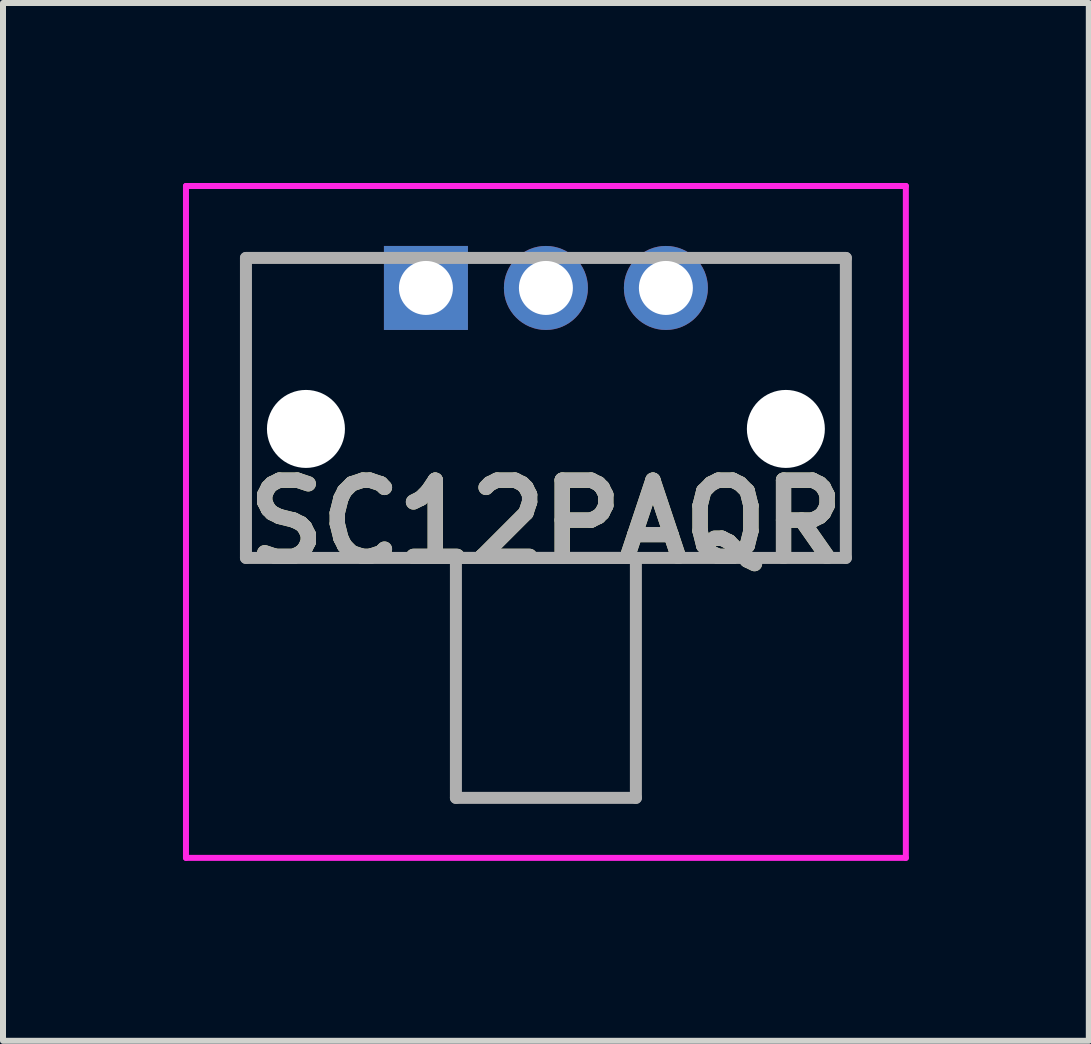
<source format=kicad_pcb>
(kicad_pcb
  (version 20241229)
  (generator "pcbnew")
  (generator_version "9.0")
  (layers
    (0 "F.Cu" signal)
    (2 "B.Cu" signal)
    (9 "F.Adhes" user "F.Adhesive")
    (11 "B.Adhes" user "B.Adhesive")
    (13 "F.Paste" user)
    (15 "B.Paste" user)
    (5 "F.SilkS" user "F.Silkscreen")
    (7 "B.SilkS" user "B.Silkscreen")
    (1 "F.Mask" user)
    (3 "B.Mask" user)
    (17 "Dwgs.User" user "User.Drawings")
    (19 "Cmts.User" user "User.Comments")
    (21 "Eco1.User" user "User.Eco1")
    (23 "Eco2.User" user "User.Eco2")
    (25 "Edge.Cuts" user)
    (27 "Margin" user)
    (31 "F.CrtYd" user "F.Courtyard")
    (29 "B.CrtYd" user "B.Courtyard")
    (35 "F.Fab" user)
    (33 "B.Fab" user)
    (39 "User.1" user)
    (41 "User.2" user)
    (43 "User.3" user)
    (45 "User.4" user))
  (footprint "SC12PAQR"
    (layer "F.Cu")
    (at 4.05 1.75)
    (property "Reference" "SC12PAQR" (at 2 3.9 0) (layer "F.SilkS") (effects (font (size 1.27 1.27) (thickness 0.254))))
    (attr through_hole)
    (fp_line (start -3 -0.5) (end -3 4.5) (stroke (width 0.1) (type solid)) (layer "F.SilkS"))
    (fp_line (start -3 4.5) (end 7 4.5) (stroke (width 0.1) (type solid)) (layer "F.SilkS"))
    (fp_line (start -1.5 -0.5) (end -3 -0.5) (stroke (width 0.1) (type solid)) (layer "F.SilkS"))
    (fp_line (start 7 -0.5) (end 5.5 -0.5) (stroke (width 0.1) (type solid)) (layer "F.SilkS"))
    (fp_line (start 7 4.5) (end 7 -0.5) (stroke (width 0.1) (type solid)) (layer "F.SilkS"))
    (fp_line (start -4 -1.7) (end 8 -1.7) (stroke (width 0.1) (type solid)) (layer "F.CrtYd"))
    (fp_line (start -4 9.5) (end -4 -1.7) (stroke (width 0.1) (type solid)) (layer "F.CrtYd"))
    (fp_line (start 8 -1.7) (end 8 9.5) (stroke (width 0.1) (type solid)) (layer "F.CrtYd"))
    (fp_line (start 8 9.5) (end -4 9.5) (stroke (width 0.1) (type solid)) (layer "F.CrtYd"))
    (fp_line (start -3 -0.5) (end 7 -0.5) (stroke (width 0.2) (type solid)) (layer "F.Fab"))
    (fp_line (start -3 4.5) (end -3 -0.5) (stroke (width 0.2) (type solid)) (layer "F.Fab"))
    (fp_line (start 0.5 4.5) (end 3.5 4.5) (stroke (width 0.2) (type solid)) (layer "F.Fab"))
    (fp_line (start 0.5 8.5) (end 0.5 4.5) (stroke (width 0.2) (type solid)) (layer "F.Fab"))
    (fp_line (start 3.5 4.5) (end 3.5 8.5) (stroke (width 0.2) (type solid)) (layer "F.Fab"))
    (fp_line (start 3.5 8.5) (end 0.5 8.5) (stroke (width 0.2) (type solid)) (layer "F.Fab"))
    (fp_line (start 7 -0.5) (end 7 4.5) (stroke (width 0.2) (type solid)) (layer "F.Fab"))
    (fp_line (start 7 4.5) (end -3 4.5) (stroke (width 0.2) (type solid)) (layer "F.Fab"))
    (fp_text user "${REFERENCE}" (at 2 3.9 0) (layer "F.Fab") (effects (font (size 1.27 1.27) (thickness 0.254))))
    (pad "" np_thru_hole circle (at -2 2.35) (size 1.3 1.3) (drill 1.3) (layers "*.Cu" "*.Mask"))
    (pad "" np_thru_hole circle (at 6 2.35) (size 1.3 1.3) (drill 1.3) (layers "*.Cu" "*.Mask"))
    (pad "A1" thru_hole rect (at 0 0) (size 1.4 1.4) (drill 0.9) (layers "*.Cu" "*.Mask"))
    (pad "B1" thru_hole circle (at 2 0) (size 1.4 1.4) (drill 0.9) (layers "*.Cu" "*.Mask"))
    (pad "C1" thru_hole circle (at 4 0) (size 1.4 1.4) (drill 0.9) (layers "*.Cu" "*.Mask")))
  (gr_rect
    (start -3 -3)
    (end 15.1 14.3)
    (stroke (width 0.1) (type default))
    (fill no)
    (layer "Edge.Cuts")))
</source>
